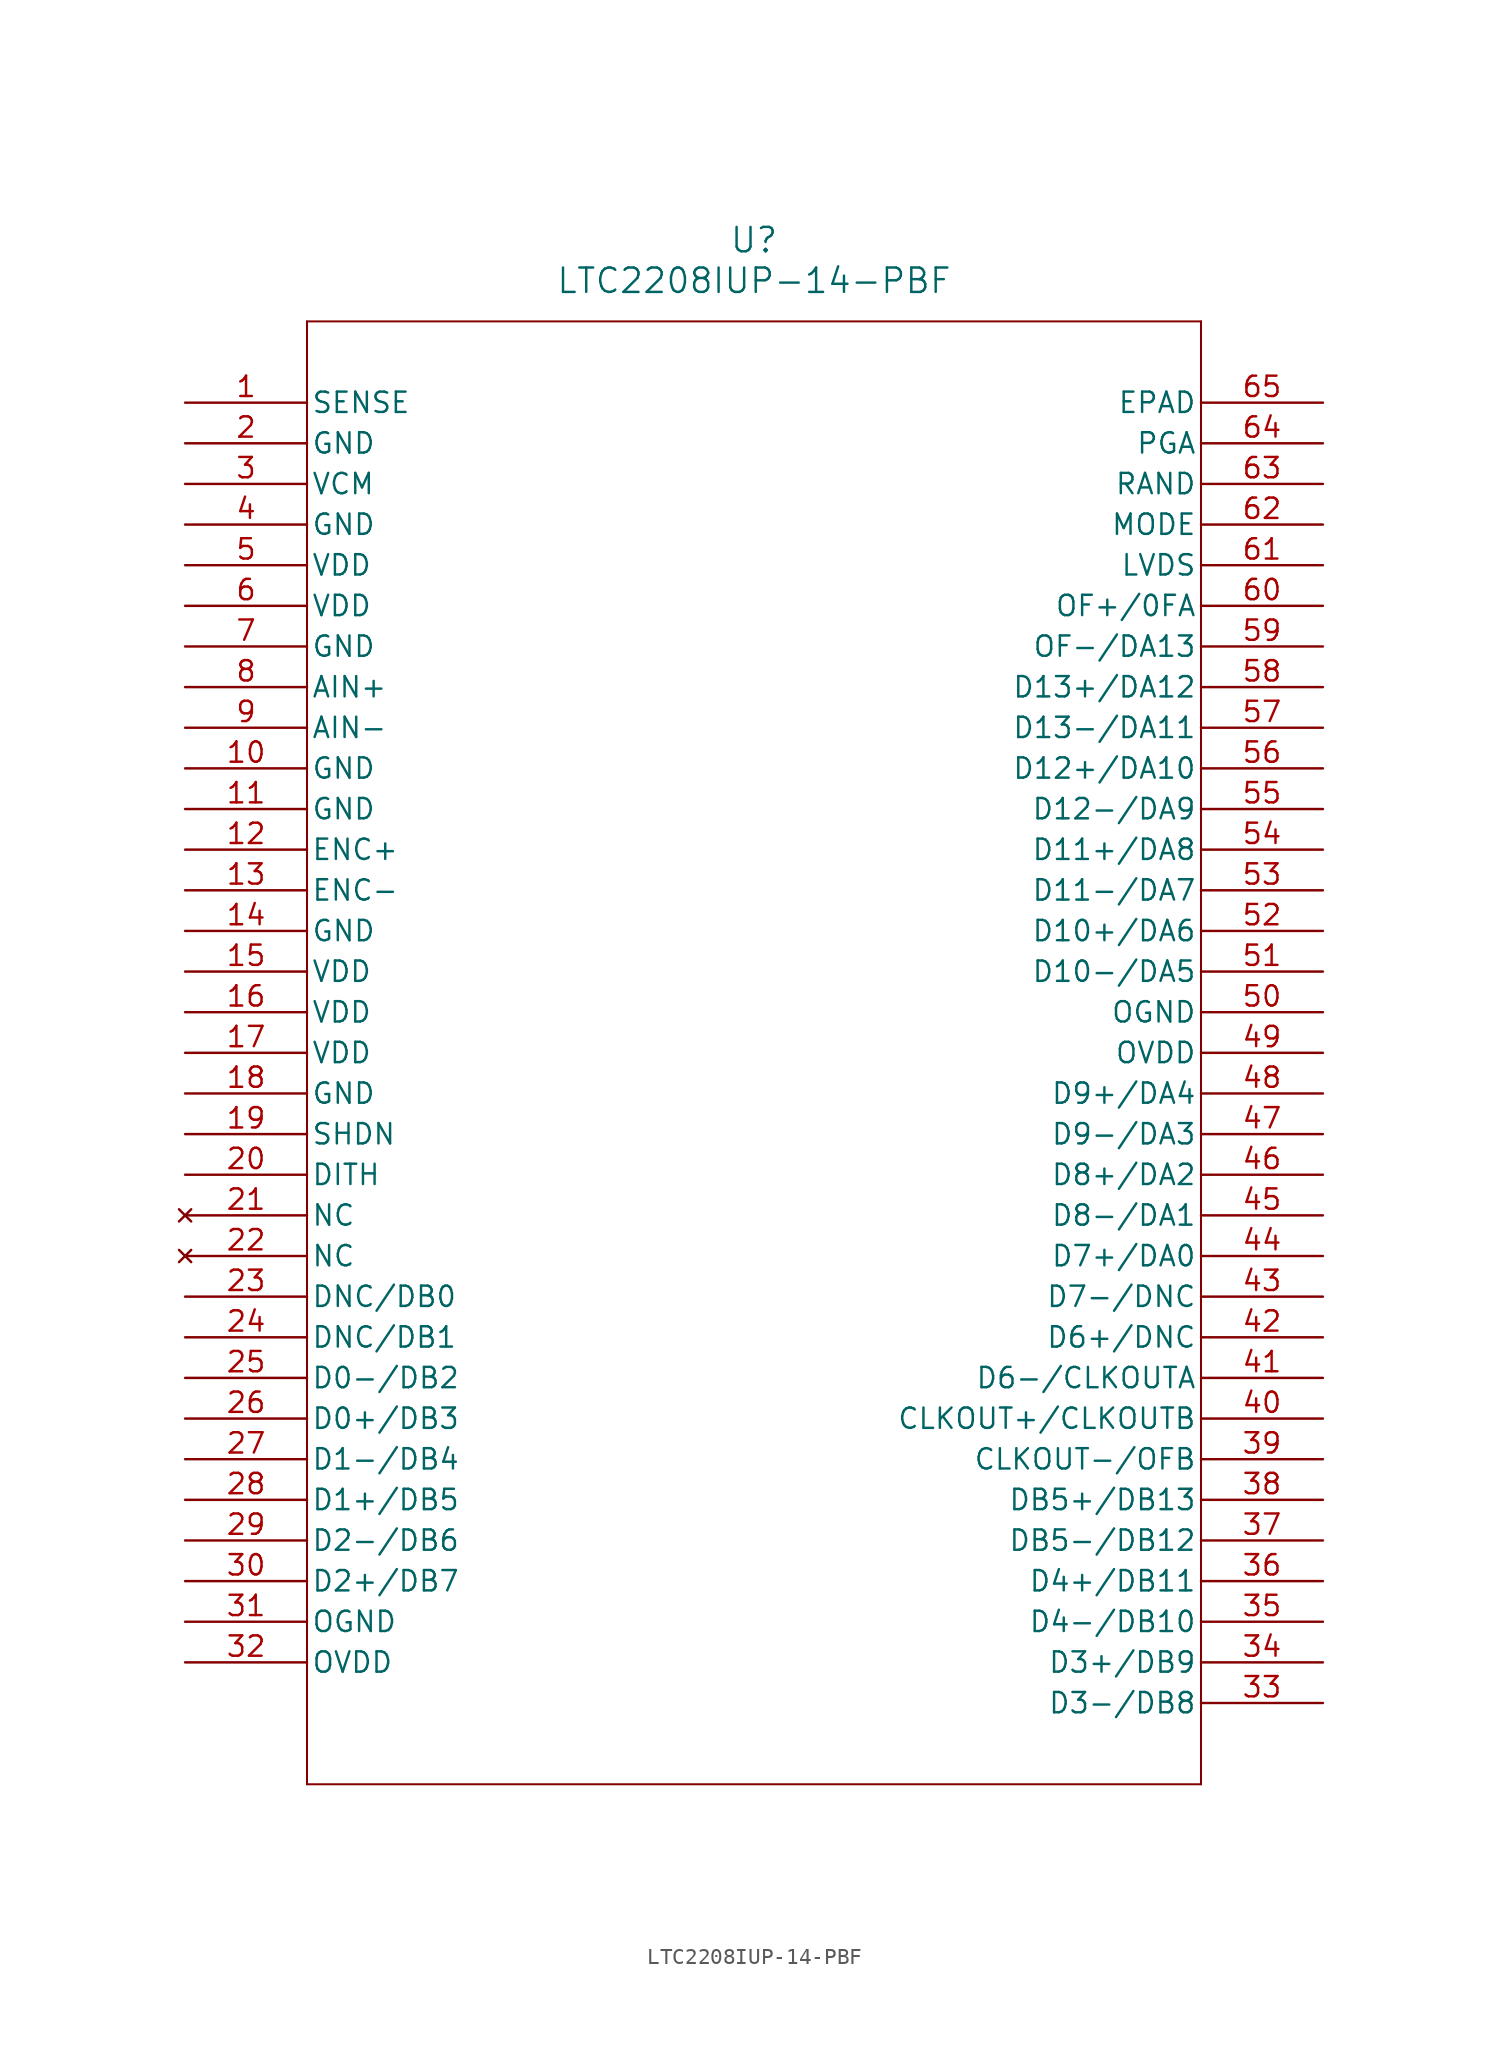
<source format=kicad_sym>
(kicad_symbol_lib
  (version 20220914)
  (generator kicad_symbol_editor)
  (symbol "LTC2208IUP-14-PBF"
    (pin_names
      (offset 0.254))
    (property "Reference" "U"
      (at 35.56 10.16 0)
      (effects (font (size 1.524 1.524))))
    (property "Value" "LTC2208IUP-14-PBF"
      (at 35.56 7.62 0)
      (effects (font (size 1.524 1.524))))
    (property "ki_locked" ""
      (at 0 0 0)
      (effects (font (size 1.27 1.27))))
    (symbol "LTC2208IUP-14-PBF_0_1"
      (polyline (pts (xy 7.62 -86.36) (xy 63.5 -86.36)) (stroke (width 0.127) (type default)) (fill (type none)))
      (polyline (pts (xy 7.62 5.08) (xy 7.62 -86.36)) (stroke (width 0.127) (type default)) (fill (type none)))
      (polyline (pts (xy 63.5 -86.36) (xy 63.5 5.08)) (stroke (width 0.127) (type default)) (fill (type none)))
      (polyline (pts (xy 63.5 5.08) (xy 7.62 5.08)) (stroke (width 0.127) (type default)) (fill (type none)))
      (pin input line (at 0 0 0) (length 7.62) (name "SENSE" (effects (font (size 1.27 1.27)))) (number "1" (effects (font (size 1.27 1.27)))))
      (pin power_in line (at 0 -22.86 0) (length 7.62) (name "GND" (effects (font (size 1.27 1.27)))) (number "10" (effects (font (size 1.27 1.27)))))
      (pin power_in line (at 0 -25.4 0) (length 7.62) (name "GND" (effects (font (size 1.27 1.27)))) (number "11" (effects (font (size 1.27 1.27)))))
      (pin input line (at 0 -27.94 0) (length 7.62) (name "ENC+" (effects (font (size 1.27 1.27)))) (number "12" (effects (font (size 1.27 1.27)))))
      (pin input line (at 0 -30.48 0) (length 7.62) (name "ENC-" (effects (font (size 1.27 1.27)))) (number "13" (effects (font (size 1.27 1.27)))))
      (pin power_in line (at 0 -33.02 0) (length 7.62) (name "GND" (effects (font (size 1.27 1.27)))) (number "14" (effects (font (size 1.27 1.27)))))
      (pin power_in line (at 0 -35.56 0) (length 7.62) (name "VDD" (effects (font (size 1.27 1.27)))) (number "15" (effects (font (size 1.27 1.27)))))
      (pin power_in line (at 0 -38.1 0) (length 7.62) (name "VDD" (effects (font (size 1.27 1.27)))) (number "16" (effects (font (size 1.27 1.27)))))
      (pin power_in line (at 0 -40.64 0) (length 7.62) (name "VDD" (effects (font (size 1.27 1.27)))) (number "17" (effects (font (size 1.27 1.27)))))
      (pin power_in line (at 0 -43.18 0) (length 7.62) (name "GND" (effects (font (size 1.27 1.27)))) (number "18" (effects (font (size 1.27 1.27)))))
      (pin unspecified line (at 0 -45.72 0) (length 7.62) (name "SHDN" (effects (font (size 1.27 1.27)))) (number "19" (effects (font (size 1.27 1.27)))))
      (pin power_in line (at 0 -2.54 0) (length 7.62) (name "GND" (effects (font (size 1.27 1.27)))) (number "2" (effects (font (size 1.27 1.27)))))
      (pin unspecified line (at 0 -48.26 0) (length 7.62) (name "DITH" (effects (font (size 1.27 1.27)))) (number "20" (effects (font (size 1.27 1.27)))))
      (pin no_connect line (at 0 -50.8 0) (length 7.62) (name "NC" (effects (font (size 1.27 1.27)))) (number "21" (effects (font (size 1.27 1.27)))))
      (pin no_connect line (at 0 -53.34 0) (length 7.62) (name "NC" (effects (font (size 1.27 1.27)))) (number "22" (effects (font (size 1.27 1.27)))))
      (pin bidirectional line (at 0 -55.88 0) (length 7.62) (name "DNC/DB0" (effects (font (size 1.27 1.27)))) (number "23" (effects (font (size 1.27 1.27)))))
      (pin bidirectional line (at 0 -58.42 0) (length 7.62) (name "DNC/DB1" (effects (font (size 1.27 1.27)))) (number "24" (effects (font (size 1.27 1.27)))))
      (pin output line (at 0 -60.96 0) (length 7.62) (name "D0-/DB2" (effects (font (size 1.27 1.27)))) (number "25" (effects (font (size 1.27 1.27)))))
      (pin output line (at 0 -63.5 0) (length 7.62) (name "D0+/DB3" (effects (font (size 1.27 1.27)))) (number "26" (effects (font (size 1.27 1.27)))))
      (pin output line (at 0 -66.04 0) (length 7.62) (name "D1-/DB4" (effects (font (size 1.27 1.27)))) (number "27" (effects (font (size 1.27 1.27)))))
      (pin output line (at 0 -68.58 0) (length 7.62) (name "D1+/DB5" (effects (font (size 1.27 1.27)))) (number "28" (effects (font (size 1.27 1.27)))))
      (pin output line (at 0 -71.12 0) (length 7.62) (name "D2-/DB6" (effects (font (size 1.27 1.27)))) (number "29" (effects (font (size 1.27 1.27)))))
      (pin output line (at 0 -5.08 0) (length 7.62) (name "VCM" (effects (font (size 1.27 1.27)))) (number "3" (effects (font (size 1.27 1.27)))))
      (pin output line (at 0 -73.66 0) (length 7.62) (name "D2+/DB7" (effects (font (size 1.27 1.27)))) (number "30" (effects (font (size 1.27 1.27)))))
      (pin power_in line (at 0 -76.2 0) (length 7.62) (name "OGND" (effects (font (size 1.27 1.27)))) (number "31" (effects (font (size 1.27 1.27)))))
      (pin power_in line (at 0 -78.74 0) (length 7.62) (name "OVDD" (effects (font (size 1.27 1.27)))) (number "32" (effects (font (size 1.27 1.27)))))
      (pin output line (at 71.12 -81.28 180) (length 7.62) (name "D3-/DB8" (effects (font (size 1.27 1.27)))) (number "33" (effects (font (size 1.27 1.27)))))
      (pin output line (at 71.12 -78.74 180) (length 7.62) (name "D3+/DB9" (effects (font (size 1.27 1.27)))) (number "34" (effects (font (size 1.27 1.27)))))
      (pin output line (at 71.12 -76.2 180) (length 7.62) (name "D4-/DB10" (effects (font (size 1.27 1.27)))) (number "35" (effects (font (size 1.27 1.27)))))
      (pin output line (at 71.12 -73.66 180) (length 7.62) (name "D4+/DB11" (effects (font (size 1.27 1.27)))) (number "36" (effects (font (size 1.27 1.27)))))
      (pin output line (at 71.12 -71.12 180) (length 7.62) (name "DB5-/DB12" (effects (font (size 1.27 1.27)))) (number "37" (effects (font (size 1.27 1.27)))))
      (pin output line (at 71.12 -68.58 180) (length 7.62) (name "DB5+/DB13" (effects (font (size 1.27 1.27)))) (number "38" (effects (font (size 1.27 1.27)))))
      (pin output line (at 71.12 -66.04 180) (length 7.62) (name "CLKOUT-/OFB" (effects (font (size 1.27 1.27)))) (number "39" (effects (font (size 1.27 1.27)))))
      (pin power_in line (at 0 -7.62 0) (length 7.62) (name "GND" (effects (font (size 1.27 1.27)))) (number "4" (effects (font (size 1.27 1.27)))))
      (pin output line (at 71.12 -63.5 180) (length 7.62) (name "CLKOUT+/CLKOUTB" (effects (font (size 1.27 1.27)))) (number "40" (effects (font (size 1.27 1.27)))))
      (pin output line (at 71.12 -60.96 180) (length 7.62) (name "D6-/CLKOUTA" (effects (font (size 1.27 1.27)))) (number "41" (effects (font (size 1.27 1.27)))))
      (pin bidirectional line (at 71.12 -58.42 180) (length 7.62) (name "D6+/DNC" (effects (font (size 1.27 1.27)))) (number "42" (effects (font (size 1.27 1.27)))))
      (pin bidirectional line (at 71.12 -55.88 180) (length 7.62) (name "D7-/DNC" (effects (font (size 1.27 1.27)))) (number "43" (effects (font (size 1.27 1.27)))))
      (pin output line (at 71.12 -53.34 180) (length 7.62) (name "D7+/DA0" (effects (font (size 1.27 1.27)))) (number "44" (effects (font (size 1.27 1.27)))))
      (pin output line (at 71.12 -50.8 180) (length 7.62) (name "D8-/DA1" (effects (font (size 1.27 1.27)))) (number "45" (effects (font (size 1.27 1.27)))))
      (pin output line (at 71.12 -48.26 180) (length 7.62) (name "D8+/DA2" (effects (font (size 1.27 1.27)))) (number "46" (effects (font (size 1.27 1.27)))))
      (pin output line (at 71.12 -45.72 180) (length 7.62) (name "D9-/DA3" (effects (font (size 1.27 1.27)))) (number "47" (effects (font (size 1.27 1.27)))))
      (pin output line (at 71.12 -43.18 180) (length 7.62) (name "D9+/DA4" (effects (font (size 1.27 1.27)))) (number "48" (effects (font (size 1.27 1.27)))))
      (pin power_in line (at 71.12 -40.64 180) (length 7.62) (name "OVDD" (effects (font (size 1.27 1.27)))) (number "49" (effects (font (size 1.27 1.27)))))
      (pin power_in line (at 0 -10.16 0) (length 7.62) (name "VDD" (effects (font (size 1.27 1.27)))) (number "5" (effects (font (size 1.27 1.27)))))
      (pin power_in line (at 71.12 -38.1 180) (length 7.62) (name "OGND" (effects (font (size 1.27 1.27)))) (number "50" (effects (font (size 1.27 1.27)))))
      (pin output line (at 71.12 -35.56 180) (length 7.62) (name "D10-/DA5" (effects (font (size 1.27 1.27)))) (number "51" (effects (font (size 1.27 1.27)))))
      (pin output line (at 71.12 -33.02 180) (length 7.62) (name "D10+/DA6" (effects (font (size 1.27 1.27)))) (number "52" (effects (font (size 1.27 1.27)))))
      (pin output line (at 71.12 -30.48 180) (length 7.62) (name "D11-/DA7" (effects (font (size 1.27 1.27)))) (number "53" (effects (font (size 1.27 1.27)))))
      (pin output line (at 71.12 -27.94 180) (length 7.62) (name "D11+/DA8" (effects (font (size 1.27 1.27)))) (number "54" (effects (font (size 1.27 1.27)))))
      (pin output line (at 71.12 -25.4 180) (length 7.62) (name "D12-/DA9" (effects (font (size 1.27 1.27)))) (number "55" (effects (font (size 1.27 1.27)))))
      (pin output line (at 71.12 -22.86 180) (length 7.62) (name "D12+/DA10" (effects (font (size 1.27 1.27)))) (number "56" (effects (font (size 1.27 1.27)))))
      (pin output line (at 71.12 -20.32 180) (length 7.62) (name "D13-/DA11" (effects (font (size 1.27 1.27)))) (number "57" (effects (font (size 1.27 1.27)))))
      (pin output line (at 71.12 -17.78 180) (length 7.62) (name "D13+/DA12" (effects (font (size 1.27 1.27)))) (number "58" (effects (font (size 1.27 1.27)))))
      (pin output line (at 71.12 -15.24 180) (length 7.62) (name "OF-/DA13" (effects (font (size 1.27 1.27)))) (number "59" (effects (font (size 1.27 1.27)))))
      (pin power_in line (at 0 -12.7 0) (length 7.62) (name "VDD" (effects (font (size 1.27 1.27)))) (number "6" (effects (font (size 1.27 1.27)))))
      (pin output line (at 71.12 -12.7 180) (length 7.62) (name "OF+/0FA" (effects (font (size 1.27 1.27)))) (number "60" (effects (font (size 1.27 1.27)))))
      (pin output line (at 71.12 -10.16 180) (length 7.62) (name "LVDS" (effects (font (size 1.27 1.27)))) (number "61" (effects (font (size 1.27 1.27)))))
      (pin output line (at 71.12 -7.62 180) (length 7.62) (name "MODE" (effects (font (size 1.27 1.27)))) (number "62" (effects (font (size 1.27 1.27)))))
      (pin output line (at 71.12 -5.08 180) (length 7.62) (name "RAND" (effects (font (size 1.27 1.27)))) (number "63" (effects (font (size 1.27 1.27)))))
      (pin input line (at 71.12 -2.54 180) (length 7.62) (name "PGA" (effects (font (size 1.27 1.27)))) (number "64" (effects (font (size 1.27 1.27)))))
      (pin unspecified line (at 71.12 0 180) (length 7.62) (name "EPAD" (effects (font (size 1.27 1.27)))) (number "65" (effects (font (size 1.27 1.27)))))
      (pin power_in line (at 0 -15.24 0) (length 7.62) (name "GND" (effects (font (size 1.27 1.27)))) (number "7" (effects (font (size 1.27 1.27)))))
      (pin input line (at 0 -17.78 0) (length 7.62) (name "AIN+" (effects (font (size 1.27 1.27)))) (number "8" (effects (font (size 1.27 1.27)))))
      (pin input line (at 0 -20.32 0) (length 7.62) (name "AIN-" (effects (font (size 1.27 1.27)))) (number "9" (effects (font (size 1.27 1.27))))))))
</source>
